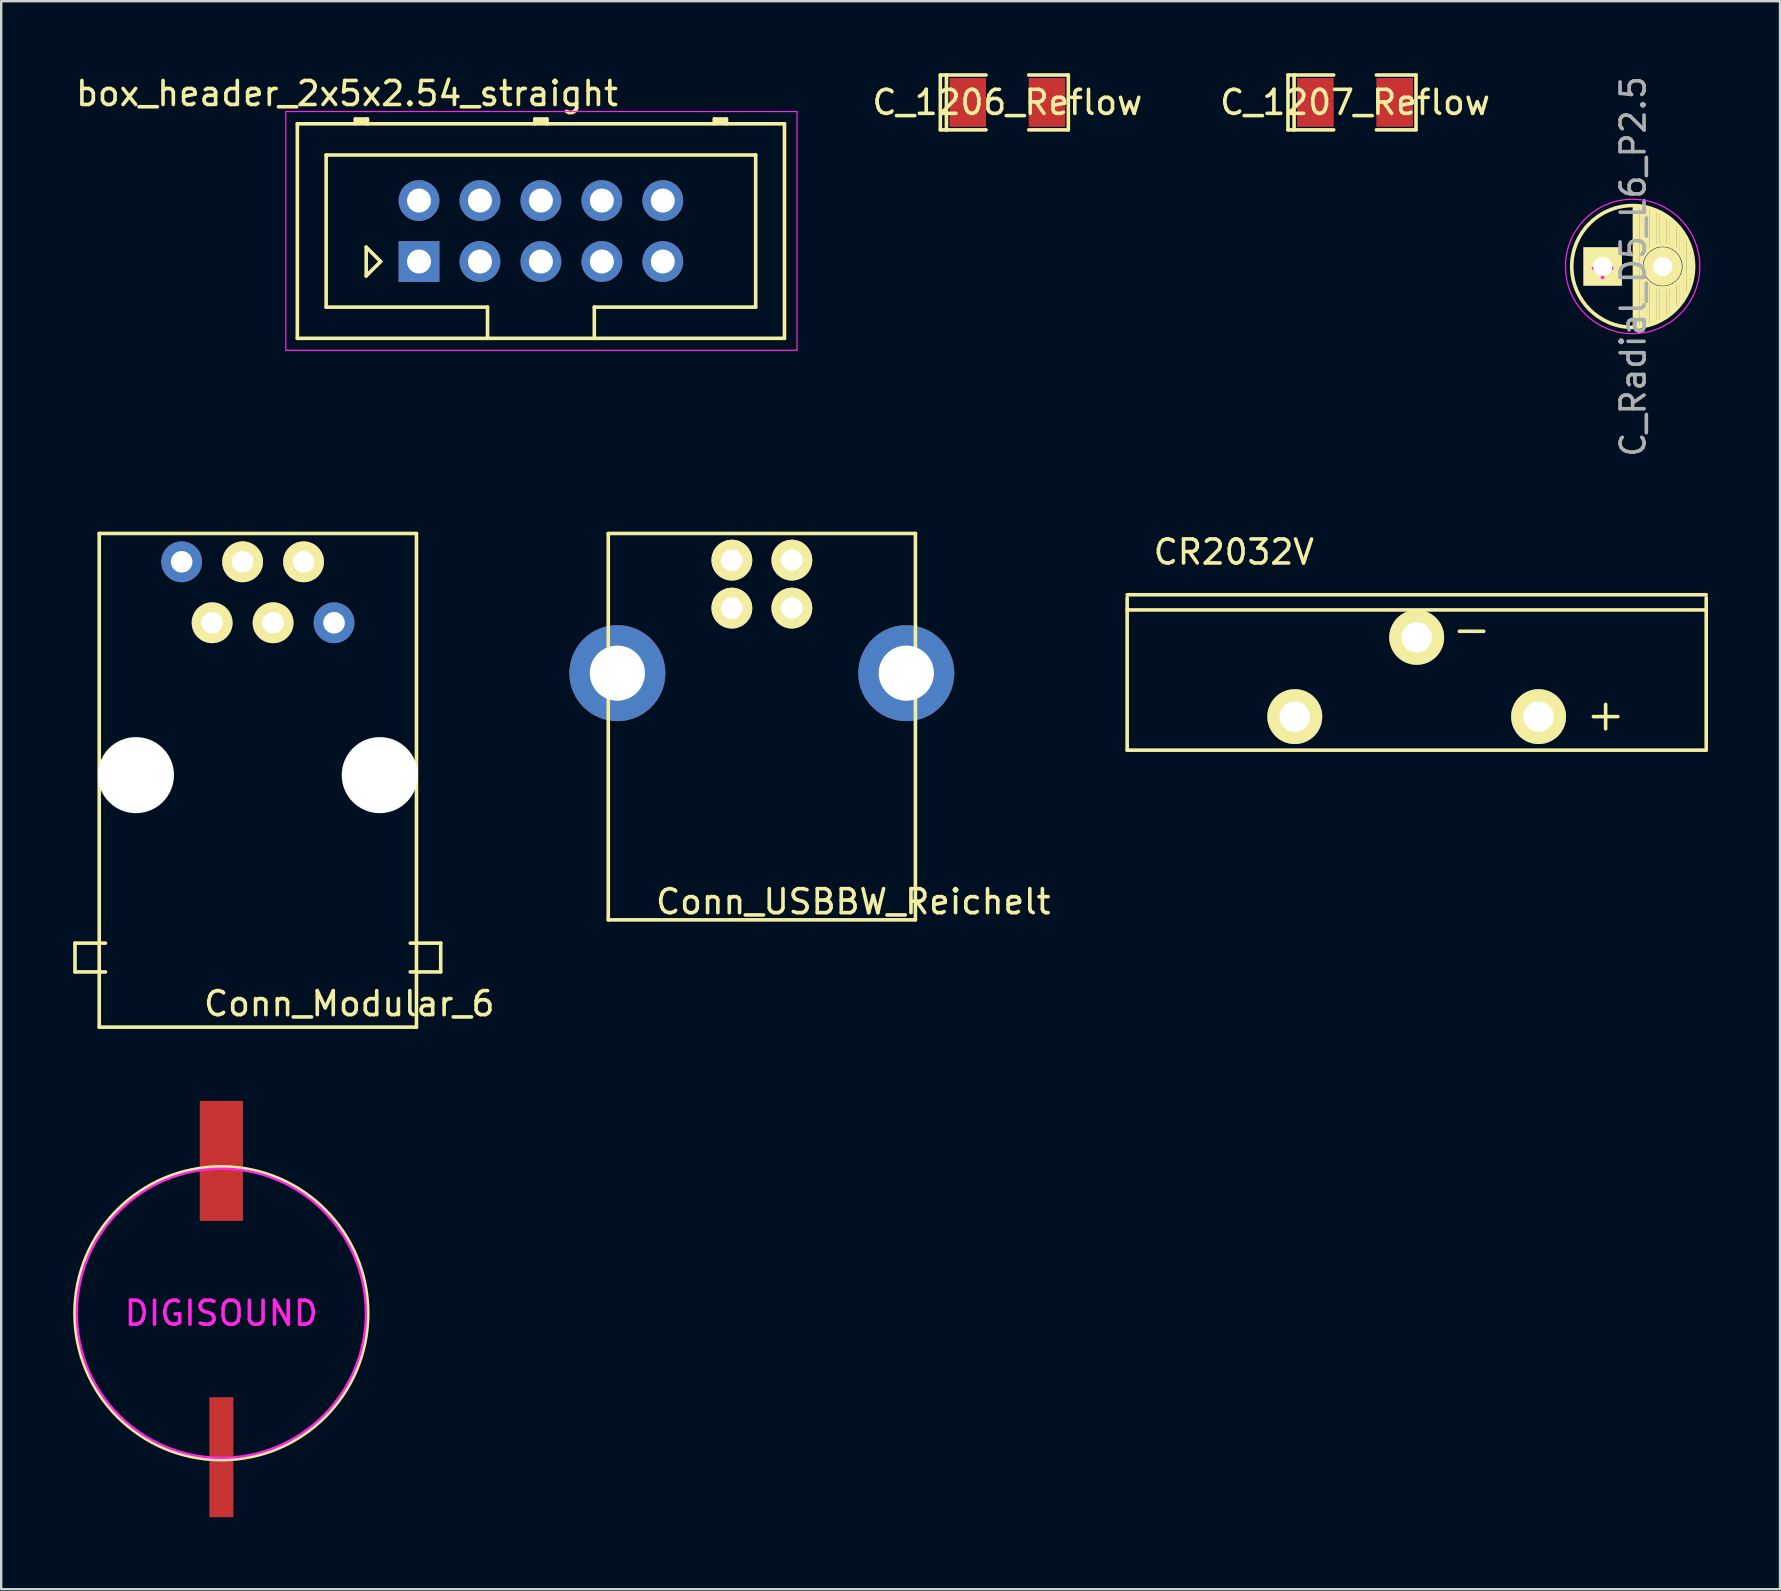
<source format=kicad_pcb>
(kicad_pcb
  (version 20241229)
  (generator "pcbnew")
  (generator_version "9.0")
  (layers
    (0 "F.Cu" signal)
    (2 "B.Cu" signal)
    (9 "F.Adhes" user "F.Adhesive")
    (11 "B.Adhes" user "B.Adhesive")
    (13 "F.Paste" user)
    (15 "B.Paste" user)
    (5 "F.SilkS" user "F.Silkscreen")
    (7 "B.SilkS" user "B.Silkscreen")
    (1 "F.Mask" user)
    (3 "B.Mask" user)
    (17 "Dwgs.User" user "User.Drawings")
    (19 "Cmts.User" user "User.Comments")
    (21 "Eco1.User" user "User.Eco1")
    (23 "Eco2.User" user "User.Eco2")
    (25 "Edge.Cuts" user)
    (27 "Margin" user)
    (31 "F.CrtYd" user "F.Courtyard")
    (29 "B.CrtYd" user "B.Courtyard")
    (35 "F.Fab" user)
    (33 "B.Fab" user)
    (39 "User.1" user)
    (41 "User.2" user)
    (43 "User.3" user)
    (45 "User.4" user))
  (footprint "box_header_2x5x2.54_straight"
    (layer "F.Cu")
    (at 14.411 7.848)
    (property "Reference" "box_header_2x5x2.54_straight" (at -3 -7 0) (layer "F.SilkS") (effects (font (size 1 1) (thickness 0.15))))
    (attr through_hole)
    (fp_line (start -5.07 -5.74) (end 15.23 -5.74) (stroke (width 0.15) (type solid)) (layer "F.SilkS"))
    (fp_line (start -5.07 3.2) (end -5.07 -5.74) (stroke (width 0.15) (type solid)) (layer "F.SilkS"))
    (fp_line (start -3.87 -4.44) (end 14.03 -4.44) (stroke (width 0.15) (type solid)) (layer "F.SilkS"))
    (fp_line (start -3.87 1.9) (end -3.87 -4.44) (stroke (width 0.15) (type solid)) (layer "F.SilkS"))
    (fp_line (start -2.65 -5.94) (end -2.15 -5.94) (stroke (width 0.15) (type solid)) (layer "F.SilkS"))
    (fp_line (start -2.65 -5.84) (end -2.15 -5.84) (stroke (width 0.15) (type solid)) (layer "F.SilkS"))
    (fp_line (start -2.65 -5.74) (end -2.65 -5.94) (stroke (width 0.15) (type solid)) (layer "F.SilkS"))
    (fp_line (start -2.2 -0.6) (end -1.6 0) (stroke (width 0.15) (type solid)) (layer "F.SilkS"))
    (fp_line (start -2.2 0.6) (end -2.2 -0.6) (stroke (width 0.15) (type solid)) (layer "F.SilkS"))
    (fp_line (start -2.15 -5.94) (end -2.15 -5.74) (stroke (width 0.15) (type solid)) (layer "F.SilkS"))
    (fp_line (start -1.6 0) (end -2.2 0.6) (stroke (width 0.15) (type solid)) (layer "F.SilkS"))
    (fp_line (start 2.855 1.9) (end -3.87 1.9) (stroke (width 0.15) (type solid)) (layer "F.SilkS"))
    (fp_line (start 2.855 3.2) (end 2.855 1.9) (stroke (width 0.15) (type solid)) (layer "F.SilkS"))
    (fp_line (start 4.83 -5.94) (end 5.33 -5.94) (stroke (width 0.15) (type solid)) (layer "F.SilkS"))
    (fp_line (start 4.83 -5.84) (end 5.33 -5.84) (stroke (width 0.15) (type solid)) (layer "F.SilkS"))
    (fp_line (start 4.83 -5.74) (end 4.83 -5.94) (stroke (width 0.15) (type solid)) (layer "F.SilkS"))
    (fp_line (start 5.33 -5.94) (end 5.33 -5.74) (stroke (width 0.15) (type solid)) (layer "F.SilkS"))
    (fp_line (start 7.305 1.9) (end 7.305 3.2) (stroke (width 0.15) (type solid)) (layer "F.SilkS"))
    (fp_line (start 12.31 -5.94) (end 12.81 -5.94) (stroke (width 0.15) (type solid)) (layer "F.SilkS"))
    (fp_line (start 12.31 -5.84) (end 12.81 -5.84) (stroke (width 0.15) (type solid)) (layer "F.SilkS"))
    (fp_line (start 12.31 -5.74) (end 12.31 -5.94) (stroke (width 0.15) (type solid)) (layer "F.SilkS"))
    (fp_line (start 12.81 -5.94) (end 12.81 -5.74) (stroke (width 0.15) (type solid)) (layer "F.SilkS"))
    (fp_line (start 14.03 -4.44) (end 14.03 1.9) (stroke (width 0.15) (type solid)) (layer "F.SilkS"))
    (fp_line (start 14.03 1.9) (end 7.305 1.9) (stroke (width 0.15) (type solid)) (layer "F.SilkS"))
    (fp_line (start 15.23 -5.74) (end 15.23 3.2) (stroke (width 0.15) (type solid)) (layer "F.SilkS"))
    (fp_line (start 15.23 3.2) (end -5.07 3.2) (stroke (width 0.15) (type solid)) (layer "F.SilkS"))
    (fp_line (start -5.55 -6.25) (end 15.75 -6.25) (stroke (width 0.05) (type solid)) (layer "F.CrtYd"))
    (fp_line (start -5.55 3.7) (end -5.55 -6.25) (stroke (width 0.05) (type solid)) (layer "F.CrtYd"))
    (fp_line (start 15.75 -6.25) (end 15.75 3.7) (stroke (width 0.05) (type solid)) (layer "F.CrtYd"))
    (fp_line (start 15.75 3.7) (end -5.55 3.7) (stroke (width 0.05) (type solid)) (layer "F.CrtYd"))
    (pad "1" thru_hole rect (at 0 0) (size 1.7 1.7) (drill 1) (layers "*.Cu" "*.Mask"))
    (pad "2" thru_hole circle (at 0 -2.54) (size 1.7 1.7) (drill 1) (layers "*.Cu" "*.Mask"))
    (pad "3" thru_hole circle (at 2.54 0) (size 1.7 1.7) (drill 1) (layers "*.Cu" "*.Mask"))
    (pad "4" thru_hole circle (at 2.54 -2.54) (size 1.7 1.7) (drill 1) (layers "*.Cu" "*.Mask"))
    (pad "5" thru_hole circle (at 5.08 0) (size 1.7 1.7) (drill 1) (layers "*.Cu" "*.Mask"))
    (pad "6" thru_hole circle (at 5.08 -2.54) (size 1.7 1.7) (drill 1) (layers "*.Cu" "*.Mask"))
    (pad "7" thru_hole circle (at 7.62 0) (size 1.7 1.7) (drill 1) (layers "*.Cu" "*.Mask"))
    (pad "8" thru_hole circle (at 7.62 -2.54) (size 1.7 1.7) (drill 1) (layers "*.Cu" "*.Mask"))
    (pad "9" thru_hole circle (at 10.16 0) (size 1.7 1.7) (drill 1) (layers "*.Cu" "*.Mask"))
    (pad "10" thru_hole circle (at 10.16 -2.54) (size 1.7 1.7) (drill 1) (layers "*.Cu" "*.Mask")))
  (footprint "C_1207_Reflow"
    (layer "F.Cu")
    (at 53.418 1.218)
    (property "Reference" "C_1207_Reflow" (at 0 0 0) (layer "F.SilkS") (effects (font (size 1 1) (thickness 0.15))))
    (attr smd)
    (fp_line (start -2.794 -1.143) (end -2.794 1.143) (stroke (width 0.15) (type solid)) (layer "F.SilkS"))
    (fp_line (start -2.794 1.143) (end -2.54 1.143) (stroke (width 0.15) (type solid)) (layer "F.SilkS"))
    (fp_line (start -2.54 -1.143) (end -2.794 -1.143) (stroke (width 0.15) (type solid)) (layer "F.SilkS"))
    (fp_line (start -2.54 -1.143) (end -2.54 1.143) (stroke (width 0.15) (type solid)) (layer "F.SilkS"))
    (fp_line (start -2.54 1.143) (end -0.889 1.143) (stroke (width 0.15) (type solid)) (layer "F.SilkS"))
    (fp_line (start -0.889 -1.143) (end -2.54 -1.143) (stroke (width 0.15) (type solid)) (layer "F.SilkS"))
    (fp_line (start 0.889 -1.143) (end 2.54 -1.143) (stroke (width 0.15) (type solid)) (layer "F.SilkS"))
    (fp_line (start 2.54 -1.143) (end 2.54 1.143) (stroke (width 0.15) (type solid)) (layer "F.SilkS"))
    (fp_line (start 2.54 1.143) (end 0.889 1.143) (stroke (width 0.15) (type solid)) (layer "F.SilkS"))
    (pad "1" smd rect (at -1.651 0) (size 1.524 2.032) (layers "F.Cu" "F.Mask" "F.Paste"))
    (pad "2" smd rect (at 1.651 0) (size 1.524 2.032) (layers "F.Cu" "F.Mask" "F.Paste")))
  (footprint "Conn_USBBW_Reichelt"
    (layer "F.Cu")
    (at 28.698 25.002)
    (property "Reference" "Conn_USBBW_Reichelt" (at 3.81 9.525 0) (layer "F.SilkS") (effects (font (size 1 1) (thickness 0.15))))
    (attr through_hole)
    (fp_line (start -6.4 -5.82) (end -6.4 10.28) (stroke (width 0.15) (type solid)) (layer "F.SilkS"))
    (fp_line (start -6.4 -5.82) (end 6.4 -5.82) (stroke (width 0.15) (type solid)) (layer "F.SilkS"))
    (fp_line (start -6.4 10.28) (end 6.4 10.28) (stroke (width 0.15) (type solid)) (layer "F.SilkS"))
    (fp_line (start 6.4 -5.82) (end 6.4 10.28) (stroke (width 0.15) (type solid)) (layer "F.SilkS"))
    (pad "1" thru_hole circle (at 1.25 -4.71) (size 1.7 1.7) (drill 0.9) (layers "*.Cu" "*.Mask" "F.SilkS"))
    (pad "2" thru_hole circle (at -1.25 -4.71) (size 1.7 1.7) (drill 0.9) (layers "*.Cu" "*.Mask" "F.SilkS"))
    (pad "3" thru_hole circle (at -1.25 -2.71) (size 1.7 1.7) (drill 0.9) (layers "*.Cu" "*.Mask" "F.SilkS"))
    (pad "4" thru_hole circle (at 1.25 -2.71) (size 1.7 1.7) (drill 0.9) (layers "*.Cu" "*.Mask" "F.SilkS"))
    (pad "5" thru_hole circle (at -6.02 0) (size 4 4) (drill 2.3) (layers "*.Cu" "*.Mask"))
    (pad "5" thru_hole circle (at 6.02 0) (size 4 4) (drill 2.3) (layers "*.Cu" "*.Mask")))
  (footprint "DIGISOUND"
    (layer "F.Cu")
    (at 6.175 51.677)
    (property "Reference" "DIGISOUND" (at 0 0 0) (layer "F.CrtYd") (effects (font (size 1 1) (thickness 0.15))))
    (attr through_hole)
    (fp_circle (center 0 0) (end 6.1 0) (stroke (width 0.15) (type solid)) (fill no) (layer "F.SilkS"))
    (fp_circle (center 0 0) (end 5.715 1.905) (stroke (width 0.1) (type solid)) (fill no) (layer "F.CrtYd"))
    (pad "1" smd rect (at 0 -6.35) (size 1.8 5) (layers "F.Cu" "F.Mask" "F.Paste"))
    (pad "2" smd rect (at 0 6) (size 1 5) (layers "F.Cu" "F.Mask" "F.Paste")))
  (footprint "C_1206_Reflow"
    (layer "F.Cu")
    (at 38.93 1.218)
    (property "Reference" "C_1206_Reflow" (at 0 0 0) (layer "F.SilkS") (effects (font (size 1 1) (thickness 0.15))))
    (attr smd)
    (fp_line (start -2.794 -1.143) (end -2.794 1.143) (stroke (width 0.15) (type solid)) (layer "F.SilkS"))
    (fp_line (start -2.794 1.143) (end -2.54 1.143) (stroke (width 0.15) (type solid)) (layer "F.SilkS"))
    (fp_line (start -2.54 -1.143) (end -2.794 -1.143) (stroke (width 0.15) (type solid)) (layer "F.SilkS"))
    (fp_line (start -2.54 -1.143) (end -2.54 1.143) (stroke (width 0.15) (type solid)) (layer "F.SilkS"))
    (fp_line (start -2.54 1.143) (end -0.889 1.143) (stroke (width 0.15) (type solid)) (layer "F.SilkS"))
    (fp_line (start -0.889 -1.143) (end -2.54 -1.143) (stroke (width 0.15) (type solid)) (layer "F.SilkS"))
    (fp_line (start 0.889 -1.143) (end 2.54 -1.143) (stroke (width 0.15) (type solid)) (layer "F.SilkS"))
    (fp_line (start 2.54 -1.143) (end 2.54 1.143) (stroke (width 0.15) (type solid)) (layer "F.SilkS"))
    (fp_line (start 2.54 1.143) (end 0.889 1.143) (stroke (width 0.15) (type solid)) (layer "F.SilkS"))
    (pad "1" smd rect (at -1.651 0) (size 1.524 2.032) (layers "F.Cu" "F.Mask" "F.Paste"))
    (pad "2" smd rect (at 1.651 0) (size 1.524 2.032) (layers "F.Cu" "F.Mask" "F.Paste")))
  (footprint "Conn_Modular_6"
    (layer "F.Cu")
    (at 7.695 29.252)
    (property "Reference" "Conn_Modular_6" (at 3.81 9.525 0) (layer "F.SilkS") (effects (font (size 1 1) (thickness 0.15))))
    (attr through_hole)
    (fp_line (start -7.62 7) (end -6.35 7) (stroke (width 0.15) (type solid)) (layer "F.SilkS"))
    (fp_line (start -7.62 8.2) (end -7.62 7) (stroke (width 0.15) (type solid)) (layer "F.SilkS"))
    (fp_line (start -6.61 -10.07) (end -6.61 10.5) (stroke (width 0.15) (type solid)) (layer "F.SilkS"))
    (fp_line (start -6.61 -10.07) (end 6.61 -10.07) (stroke (width 0.15) (type solid)) (layer "F.SilkS"))
    (fp_line (start -6.61 10.5) (end 6.61 10.5) (stroke (width 0.15) (type solid)) (layer "F.SilkS"))
    (fp_line (start -6.35 8.2) (end -7.62 8.2) (stroke (width 0.15) (type solid)) (layer "F.SilkS"))
    (fp_line (start 6.35 8.2) (end 7.62 8.2) (stroke (width 0.15) (type solid)) (layer "F.SilkS"))
    (fp_line (start 6.61 -10.07) (end 6.61 10.5) (stroke (width 0.15) (type solid)) (layer "F.SilkS"))
    (fp_line (start 7.62 7) (end 6.35 7) (stroke (width 0.15) (type solid)) (layer "F.SilkS"))
    (fp_line (start 7.62 8.2) (end 7.62 7) (stroke (width 0.15) (type solid)) (layer "F.SilkS"))
    (pad "" np_thru_hole circle (at -5.08 0) (size 3.17 3.17) (drill 3.17) (layers "*.Cu" "*.Mask"))
    (pad "" np_thru_hole circle (at 5.08 0) (size 3.17 3.17) (drill 3.17) (layers "*.Cu" "*.Mask"))
    (pad "1" thru_hole circle (at -3.175 -8.89) (size 1.7 1.7) (drill 0.9) (layers "*.Cu" "*.Mask"))
    (pad "2" thru_hole circle (at -1.905 -6.35) (size 1.7 1.7) (drill 0.9) (layers "*.Cu" "*.Mask" "F.SilkS"))
    (pad "3" thru_hole circle (at -0.635 -8.89) (size 1.7 1.7) (drill 0.9) (layers "*.Cu" "*.Mask" "F.SilkS"))
    (pad "4" thru_hole circle (at 0.635 -6.35) (size 1.7 1.7) (drill 0.9) (layers "*.Cu" "*.Mask" "F.SilkS"))
    (pad "5" thru_hole circle (at 1.905 -8.89) (size 1.7 1.7) (drill 0.9) (layers "*.Cu" "*.Mask" "F.SilkS"))
    (pad "6" thru_hole circle (at 3.175 -6.35) (size 1.7 1.7) (drill 0.9) (layers "*.Cu" "*.Mask")))
  (footprint "C_Radial_D5_L6_P2.5"
    (layer "F.Cu")
    (at 63.737 8.054)
    (property "Reference" "C_Radial_D5_L6_P2.5" (at 1.27 0 90) (layer "F.Fab") (effects (font (size 1 1) (thickness 0.15))))
    (attr through_hole)
    (fp_line (start 1.325 -2.499) (end 1.325 2.499) (stroke (width 0.15) (type solid)) (layer "F.SilkS"))
    (fp_line (start 1.465 -2.491) (end 1.465 2.491) (stroke (width 0.15) (type solid)) (layer "F.SilkS"))
    (fp_line (start 1.605 -2.475) (end 1.605 -0.095) (stroke (width 0.15) (type solid)) (layer "F.SilkS"))
    (fp_line (start 1.605 0.095) (end 1.605 2.475) (stroke (width 0.15) (type solid)) (layer "F.SilkS"))
    (fp_line (start 1.745 -2.451) (end 1.745 -0.49) (stroke (width 0.15) (type solid)) (layer "F.SilkS"))
    (fp_line (start 1.745 0.49) (end 1.745 2.451) (stroke (width 0.15) (type solid)) (layer "F.SilkS"))
    (fp_line (start 1.885 -2.418) (end 1.885 -0.657) (stroke (width 0.15) (type solid)) (layer "F.SilkS"))
    (fp_line (start 1.885 0.657) (end 1.885 2.418) (stroke (width 0.15) (type solid)) (layer "F.SilkS"))
    (fp_line (start 2.025 -2.377) (end 2.025 -0.764) (stroke (width 0.15) (type solid)) (layer "F.SilkS"))
    (fp_line (start 2.025 0.764) (end 2.025 2.377) (stroke (width 0.15) (type solid)) (layer "F.SilkS"))
    (fp_line (start 2.165 -2.327) (end 2.165 -0.835) (stroke (width 0.15) (type solid)) (layer "F.SilkS"))
    (fp_line (start 2.165 0.835) (end 2.165 2.327) (stroke (width 0.15) (type solid)) (layer "F.SilkS"))
    (fp_line (start 2.305 -2.266) (end 2.305 -0.879) (stroke (width 0.15) (type solid)) (layer "F.SilkS"))
    (fp_line (start 2.305 0.879) (end 2.305 2.266) (stroke (width 0.15) (type solid)) (layer "F.SilkS"))
    (fp_line (start 2.445 -2.196) (end 2.445 -0.898) (stroke (width 0.15) (type solid)) (layer "F.SilkS"))
    (fp_line (start 2.445 0.898) (end 2.445 2.196) (stroke (width 0.15) (type solid)) (layer "F.SilkS"))
    (fp_line (start 2.585 -2.114) (end 2.585 -0.896) (stroke (width 0.15) (type solid)) (layer "F.SilkS"))
    (fp_line (start 2.585 0.896) (end 2.585 2.114) (stroke (width 0.15) (type solid)) (layer "F.SilkS"))
    (fp_line (start 2.725 -2.019) (end 2.725 -0.871) (stroke (width 0.15) (type solid)) (layer "F.SilkS"))
    (fp_line (start 2.725 0.871) (end 2.725 2.019) (stroke (width 0.15) (type solid)) (layer "F.SilkS"))
    (fp_line (start 2.865 -1.908) (end 2.865 -0.823) (stroke (width 0.15) (type solid)) (layer "F.SilkS"))
    (fp_line (start 2.865 0.823) (end 2.865 1.908) (stroke (width 0.15) (type solid)) (layer "F.SilkS"))
    (fp_line (start 3.005 -1.78) (end 3.005 -0.745) (stroke (width 0.15) (type solid)) (layer "F.SilkS"))
    (fp_line (start 3.005 0.745) (end 3.005 1.78) (stroke (width 0.15) (type solid)) (layer "F.SilkS"))
    (fp_line (start 3.145 -1.631) (end 3.145 -0.628) (stroke (width 0.15) (type solid)) (layer "F.SilkS"))
    (fp_line (start 3.145 0.628) (end 3.145 1.631) (stroke (width 0.15) (type solid)) (layer "F.SilkS"))
    (fp_line (start 3.285 -1.452) (end 3.285 -0.44) (stroke (width 0.15) (type solid)) (layer "F.SilkS"))
    (fp_line (start 3.285 0.44) (end 3.285 1.452) (stroke (width 0.15) (type solid)) (layer "F.SilkS"))
    (fp_line (start 3.425 -1.233) (end 3.425 1.233) (stroke (width 0.15) (type solid)) (layer "F.SilkS"))
    (fp_line (start 3.565 -0.944) (end 3.565 0.944) (stroke (width 0.15) (type solid)) (layer "F.SilkS"))
    (fp_line (start 3.705 -0.472) (end 3.705 0.472) (stroke (width 0.15) (type solid)) (layer "F.SilkS"))
    (fp_circle (center 1.25 0) (end 1.25 -2.538) (stroke (width 0.15) (type solid)) (fill no) (layer "F.SilkS"))
    (fp_circle (center 2.5 0) (end 2.5 -0.9) (stroke (width 0.15) (type solid)) (fill no) (layer "F.SilkS"))
    (fp_circle (center 1.25 0) (end 1.25 -2.8) (stroke (width 0.05) (type solid)) (fill no) (layer "F.CrtYd"))
    (fp_text user "+" (at 0 0 0) (layer "F.CrtYd") (effects (font (size 1 1) (thickness 0.15))))
    (pad "1" thru_hole rect (at 0 0) (size 1.6 1.6) (drill 0.8) (layers "*.Cu" "*.Mask" "F.SilkS"))
    (pad "2" thru_hole circle (at 2.5 0) (size 1.6 1.6) (drill 0.8) (layers "*.Cu" "*.Mask" "F.SilkS")))
  (footprint "CR2032V"
    (layer "F.Cu")
    (at 55.987 25.035)
    (property "Reference" "CR2032V" (at -7.62 -5.08 0) (layer "F.SilkS") (effects (font (size 1 1) (thickness 0.15))))
    (attr through_hole)
    (fp_line (start -12.065 -3.302) (end 12.065 -3.302) (stroke (width 0.15) (type solid)) (layer "F.SilkS"))
    (fp_line (start -12.065 -3.175) (end -12.065 3.175) (stroke (width 0.15) (type solid)) (layer "F.SilkS"))
    (fp_line (start -12.065 3.175) (end 12.065 3.175) (stroke (width 0.15) (type solid)) (layer "F.SilkS"))
    (fp_line (start 1.778 -1.778) (end 2.794 -1.778) (stroke (width 0.15) (type solid)) (layer "F.SilkS"))
    (fp_line (start 7.366 1.778) (end 8.382 1.778) (stroke (width 0.15) (type solid)) (layer "F.SilkS"))
    (fp_line (start 7.874 2.286) (end 7.874 1.27) (stroke (width 0.15) (type solid)) (layer "F.SilkS"))
    (fp_line (start 12.065 -2.667) (end -12.065 -2.667) (stroke (width 0.15) (type solid)) (layer "F.SilkS"))
    (fp_line (start 12.065 3.175) (end 12.065 -3.175) (stroke (width 0.15) (type solid)) (layer "F.SilkS"))
    (pad "1" thru_hole circle (at -5.08 1.778) (size 2.286 2.286) (drill 1.27) (layers "*.Cu" "*.Mask" "F.SilkS"))
    (pad "1" thru_hole circle (at 5.08 1.778) (size 2.286 2.286) (drill 1.27) (layers "*.Cu" "*.Mask" "F.SilkS"))
    (pad "2" thru_hole circle (at 0 -1.524) (size 2.286 2.286) (drill 1.27) (layers "*.Cu" "*.Mask" "F.SilkS")))
  (gr_rect
    (start -3 -3)
    (end 71.127 63.177)
    (stroke (width 0.1) (type default))
    (fill no)
    (layer "Edge.Cuts")))
</source>
